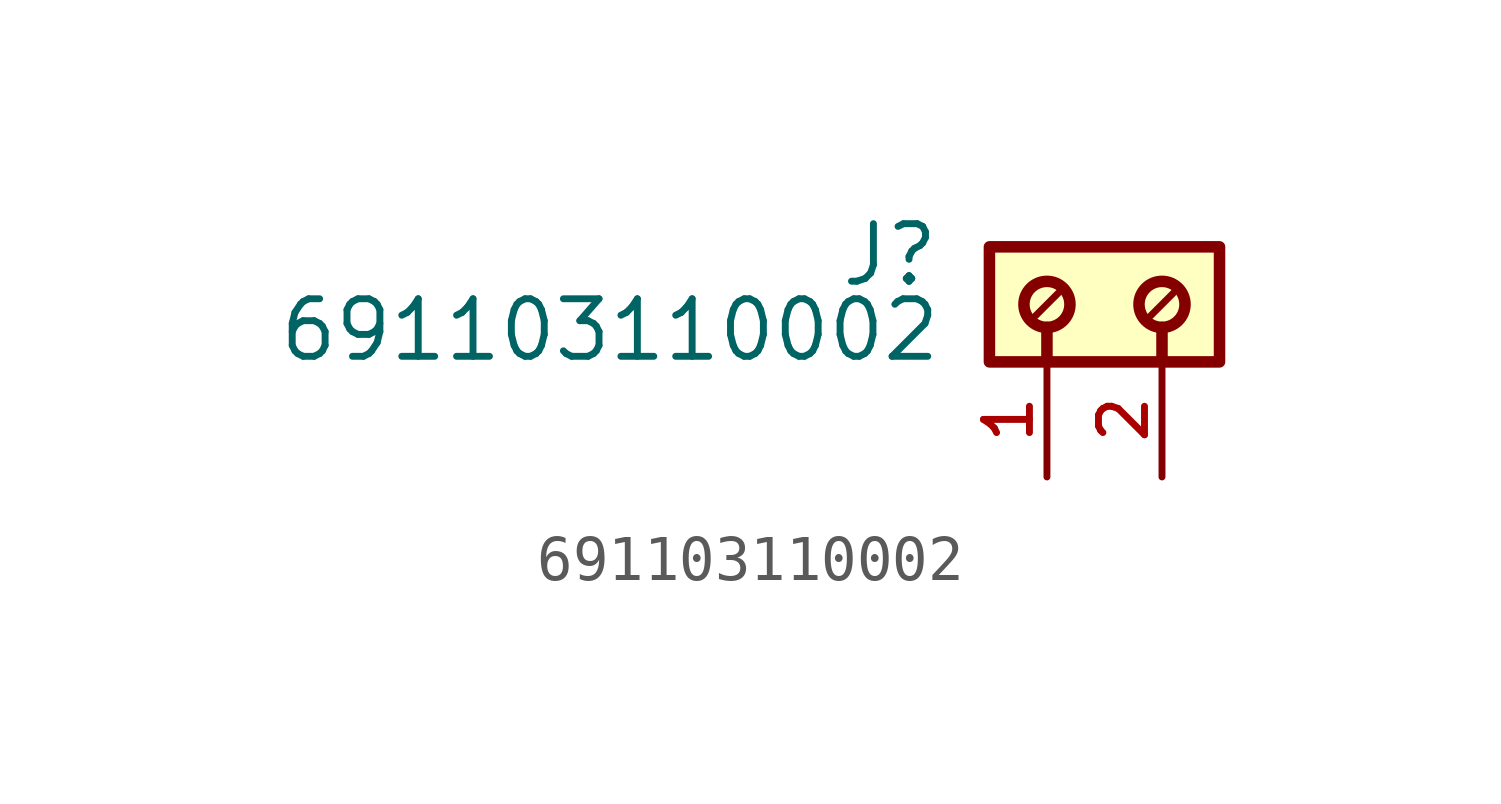
<source format=kicad_sym>
(kicad_symbol_lib
  (version 20211014)
  (generator kicad_symbol_editor)
  (symbol "691103110002"
    (pin_names
      (offset 1.016))
    (property "Reference" "J"
      (at -4.88 -0.922 0)
      (effects (font (size 1.27 1.27)) (justify bottom right)))
    (property "Value" "691103110002"
      (at -4.83 -2.58 0)
      (effects (font (size 1.27 1.27)) (justify bottom right)))
    (symbol "691103110002_0_0"
      (polyline (pts (xy -2.54 -1.778) (xy -2.54 -2.54)) (stroke (width 0.254)))
      (polyline (pts (xy 0.0 -1.778) (xy 0.0 -2.54)) (stroke (width 0.254)))
      (polyline (pts (xy -2.286 -1.016) (xy -2.794 -1.524)) (stroke (width 0.152)))
      (polyline (pts (xy 0.254 -1.016) (xy -0.254 -1.524)) (stroke (width 0.152)))
      (circle (center -2.54 -1.27) (radius 0.508) (stroke (width 0.254)) (fill (type none)))
      (circle (center 0.0 -1.27) (radius 0.508) (stroke (width 0.254)) (fill (type none)))
      (rectangle (start -3.81 -2.54) (end 1.27 -2.22044604925e-16) (stroke (width 0.254)) (fill (type background)))
      (pin passive line (at -2.54 -5.08 90.0) (length 2.54) (name "~" (effects (font (size 1.016 1.016)))) (number "1" (effects (font (size 1.016 1.016)))))
      (pin passive line (at 0.0 -5.08 90.0) (length 2.54) (name "~" (effects (font (size 1.016 1.016)))) (number "2" (effects (font (size 1.016 1.016))))))))
</source>
